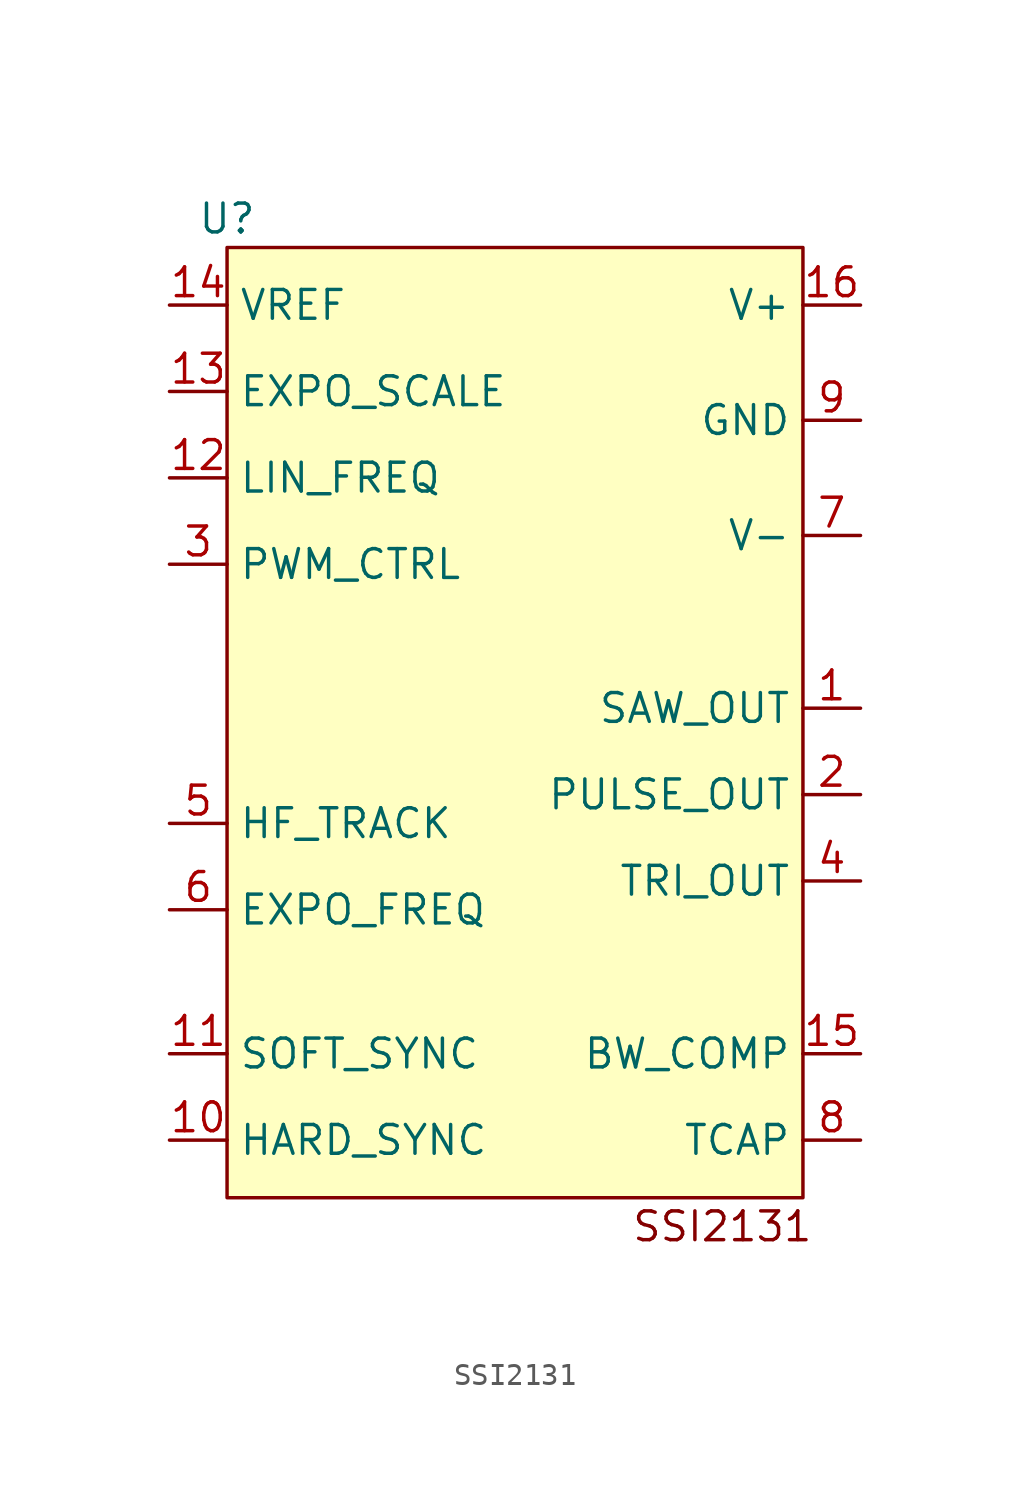
<source format=kicad_sym>
(kicad_symbol_lib
  (version 20231120)
  (generator "kicad_symbol_editor")
  (generator_version "8.0")
  (symbol "SSI2131"
    (property "Reference" "U"
      (at 0 0 0)
      (effects (font (size 1.27 1.27))))
    (property "Value" ""
      (at 0 0 0)
      (effects (font (size 1.27 1.27))))
    (symbol "SSI2131_0_1"
      (rectangle (start 0 -1.27) (end 25.4 -43.18) (stroke (width 0) (type default)) (fill (type background))))
    (symbol "SSI2131_1_1"
      (text "SSI2131\n" (at 21.844 -44.45 0) (effects (font (size 1.27 1.27))))
      (pin output line (at 27.94 -21.59 180) (length 2.54) (name "SAW_OUT" (effects (font (size 1.27 1.27)))) (number "1" (effects (font (size 1.27 1.27)))))
      (pin input line (at -2.54 -40.64 0) (length 2.54) (name "HARD_SYNC" (effects (font (size 1.27 1.27)))) (number "10" (effects (font (size 1.27 1.27)))))
      (pin input line (at -2.54 -36.83 0) (length 2.54) (name "SOFT_SYNC" (effects (font (size 1.27 1.27)))) (number "11" (effects (font (size 1.27 1.27)))))
      (pin input line (at -2.54 -11.43 0) (length 2.54) (name "LIN_FREQ" (effects (font (size 1.27 1.27)))) (number "12" (effects (font (size 1.27 1.27)))))
      (pin input line (at -2.54 -7.62 0) (length 2.54) (name "EXPO_SCALE" (effects (font (size 1.27 1.27)))) (number "13" (effects (font (size 1.27 1.27)))))
      (pin power_in line (at -2.54 -3.81 0) (length 2.54) (name "VREF" (effects (font (size 1.27 1.27)))) (number "14" (effects (font (size 1.27 1.27)))))
      (pin passive line (at 27.94 -36.83 180) (length 2.54) (name "BW_COMP" (effects (font (size 1.27 1.27)))) (number "15" (effects (font (size 1.27 1.27)))))
      (pin power_in line (at 27.94 -3.81 180) (length 2.54) (name "V+" (effects (font (size 1.27 1.27)))) (number "16" (effects (font (size 1.27 1.27)))))
      (pin output line (at 27.94 -25.4 180) (length 2.54) (name "PULSE_OUT" (effects (font (size 1.27 1.27)))) (number "2" (effects (font (size 1.27 1.27)))))
      (pin input line (at -2.54 -15.24 0) (length 2.54) (name "PWM_CTRL" (effects (font (size 1.27 1.27)))) (number "3" (effects (font (size 1.27 1.27)))))
      (pin output line (at 27.94 -29.21 180) (length 2.54) (name "TRI_OUT" (effects (font (size 1.27 1.27)))) (number "4" (effects (font (size 1.27 1.27)))))
      (pin output line (at -2.54 -26.67 0) (length 2.54) (name "HF_TRACK" (effects (font (size 1.27 1.27)))) (number "5" (effects (font (size 1.27 1.27)))))
      (pin input line (at -2.54 -30.48 0) (length 2.54) (name "EXPO_FREQ" (effects (font (size 1.27 1.27)))) (number "6" (effects (font (size 1.27 1.27)))))
      (pin power_in line (at 27.94 -13.97 180) (length 2.54) (name "V-" (effects (font (size 1.27 1.27)))) (number "7" (effects (font (size 1.27 1.27)))))
      (pin passive line (at 27.94 -40.64 180) (length 2.54) (name "TCAP" (effects (font (size 1.27 1.27)))) (number "8" (effects (font (size 1.27 1.27)))))
      (pin power_in line (at 27.94 -8.89 180) (length 2.54) (name "GND" (effects (font (size 1.27 1.27)))) (number "9" (effects (font (size 1.27 1.27))))))))
</source>
